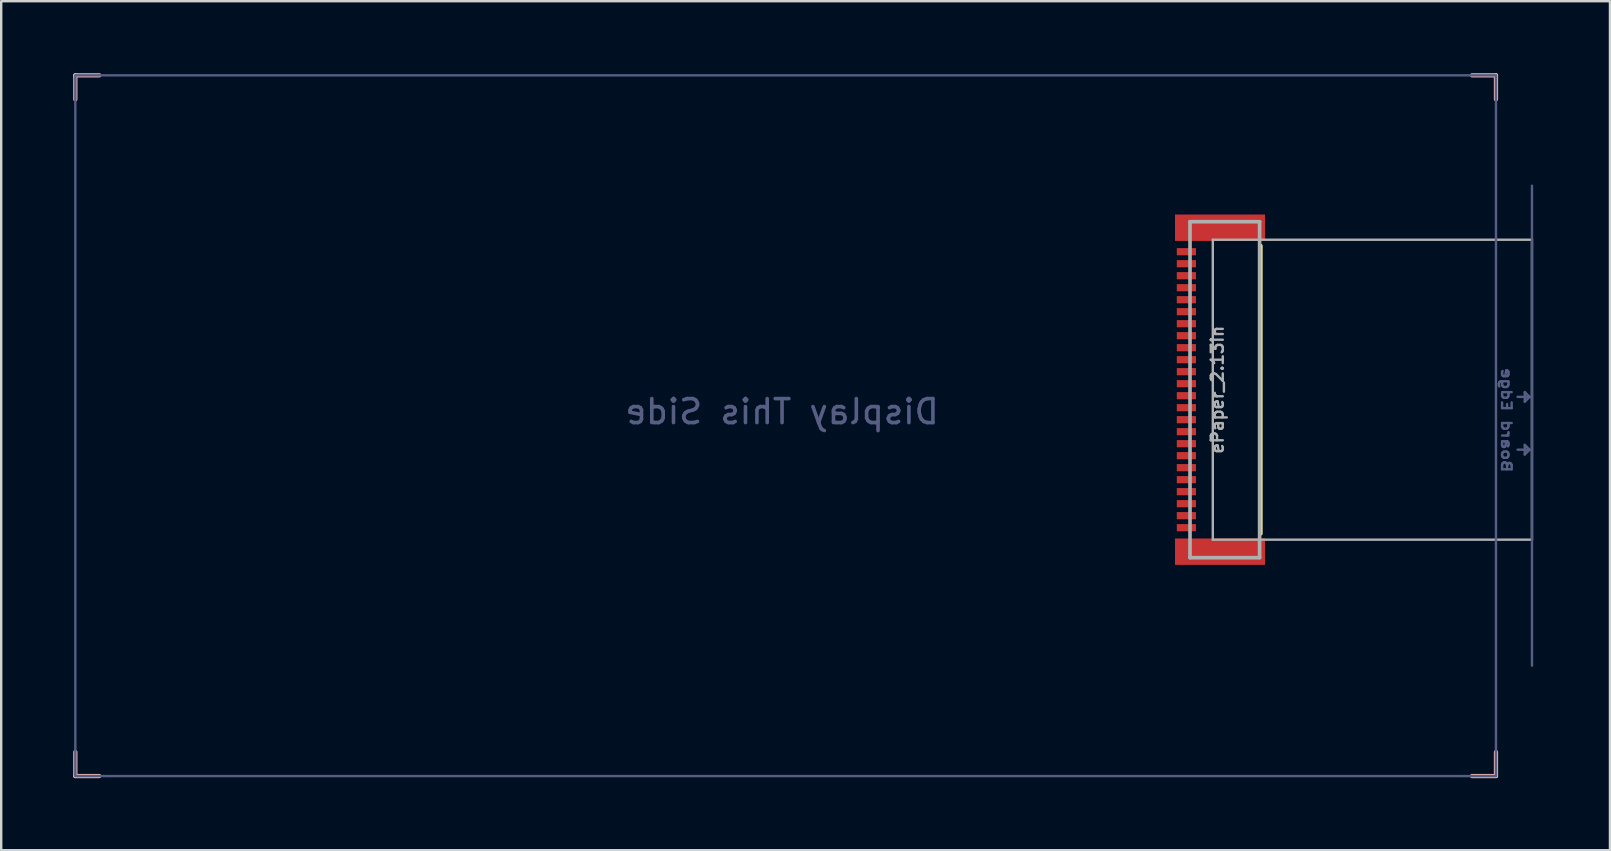
<source format=kicad_pcb>
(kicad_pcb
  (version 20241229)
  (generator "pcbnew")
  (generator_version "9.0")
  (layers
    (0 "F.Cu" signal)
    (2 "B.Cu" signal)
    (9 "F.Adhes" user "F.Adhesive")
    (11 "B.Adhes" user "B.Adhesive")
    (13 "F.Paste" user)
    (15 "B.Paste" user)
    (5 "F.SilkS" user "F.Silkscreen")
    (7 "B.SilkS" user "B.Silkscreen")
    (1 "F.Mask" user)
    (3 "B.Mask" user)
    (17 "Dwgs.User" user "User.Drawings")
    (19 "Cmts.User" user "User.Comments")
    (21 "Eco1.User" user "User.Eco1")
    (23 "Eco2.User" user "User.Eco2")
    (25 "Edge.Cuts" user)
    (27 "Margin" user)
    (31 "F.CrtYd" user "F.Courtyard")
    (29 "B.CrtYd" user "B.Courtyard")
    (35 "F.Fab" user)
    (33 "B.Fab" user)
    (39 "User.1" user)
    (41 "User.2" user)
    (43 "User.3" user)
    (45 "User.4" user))
  (footprint "ePaper_2.13in"
    (layer "F.Cu")
    (at 60.789 14.689)
    (property "Reference" "ePaper_2.13in" (at -13.111 -1.5 90) (layer "F.Fab") (effects (font (size 0.5 0.5) (thickness 0.1) (bold yes))))
    (fp_line (start -11.3 4.5) (end -11.3 -7.5) (stroke (width 0.152) (type solid)) (layer "F.SilkS"))
    (fp_line (start -60.7 -14.6) (end -60.7 -13.6) (stroke (width 0.178) (type default)) (layer "B.SilkS"))
    (fp_line (start -60.7 -14.6) (end -59.7 -14.6) (stroke (width 0.178) (type default)) (layer "B.SilkS"))
    (fp_line (start -60.7 14.6) (end -60.7 13.6) (stroke (width 0.178) (type default)) (layer "B.SilkS"))
    (fp_line (start -60.7 14.6) (end -59.7 14.6) (stroke (width 0.178) (type default)) (layer "B.SilkS"))
    (fp_line (start -1.5 -14.6) (end -2.5 -14.6) (stroke (width 0.178) (type default)) (layer "B.SilkS"))
    (fp_line (start -1.5 -14.6) (end -1.5 -13.6) (stroke (width 0.178) (type default)) (layer "B.SilkS"))
    (fp_line (start -1.5 14.6) (end -2.5 14.6) (stroke (width 0.178) (type default)) (layer "B.SilkS"))
    (fp_line (start -1.5 14.6) (end -1.5 13.6) (stroke (width 0.178) (type default)) (layer "B.SilkS"))
    (fp_line (start -0.6 -1.2) (end -0.1 -1.2) (stroke (width 0.1) (type default)) (layer "B.Fab"))
    (fp_line (start -0.6 1) (end -0.1 1) (stroke (width 0.1) (type default)) (layer "B.Fab"))
    (fp_line (start -0.3 -1.4) (end -0.3 -1) (stroke (width 0.1) (type default)) (layer "B.Fab"))
    (fp_line (start -0.3 -1) (end -0.1 -1.2) (stroke (width 0.1) (type default)) (layer "B.Fab"))
    (fp_line (start -0.3 0.8) (end -0.3 1.2) (stroke (width 0.1) (type default)) (layer "B.Fab"))
    (fp_line (start -0.3 1.2) (end -0.1 1) (stroke (width 0.1) (type default)) (layer "B.Fab"))
    (fp_line (start -0.1 -1.2) (end -0.3 -1.4) (stroke (width 0.1) (type default)) (layer "B.Fab"))
    (fp_line (start -0.1 1) (end -0.3 0.8) (stroke (width 0.1) (type default)) (layer "B.Fab"))
    (fp_line (start 0 10) (end 0 -10) (stroke (width 0.1) (type default)) (layer "B.Fab"))
    (fp_rect (start -60.7 -14.6) (end -1.5 14.6) (stroke (width 0.1) (type default)) (fill no) (layer "B.Fab"))
    (fp_line (start -14.25 -8.5) (end -11.35 -8.5) (stroke (width 0.152) (type solid)) (layer "F.Fab"))
    (fp_line (start -14.25 5.5) (end -14.25 -8.5) (stroke (width 0.152) (type solid)) (layer "F.Fab"))
    (fp_line (start -13.3 -7.75) (end -13.3 4.75) (stroke (width 0.1) (type default)) (layer "F.Fab"))
    (fp_line (start -11.35 -8.5) (end -11.35 5.5) (stroke (width 0.152) (type solid)) (layer "F.Fab"))
    (fp_line (start -11.35 5.5) (end -14.25 5.5) (stroke (width 0.152) (type solid)) (layer "F.Fab"))
    (fp_line (start 0 -7.75) (end -13.3 -7.75) (stroke (width 0.1) (type default)) (layer "F.Fab"))
    (fp_line (start 0 -7.75) (end 0 4.75) (stroke (width 0.1) (type default)) (layer "F.Fab"))
    (fp_line (start 0 4.75) (end -13.3 4.75) (stroke (width 0.1) (type default)) (layer "F.Fab"))
    (fp_text user "Display This Side" (at -31.25 0 0) (unlocked yes) (layer "B.Fab") (effects (font (size 1 1) (thickness 0.15)) (justify bottom mirror)))
    (fp_text user "Board Edge" (at -1.3 2 270) (unlocked yes) (layer "B.Fab") (effects (font (size 0.4 0.5) (thickness 0.1) (bold yes)) (justify left bottom mirror)))
    (pad "1" smd rect (at -14.4 -7.25 90) (size 0.3 0.8) (layers "F.Cu" "F.Mask" "F.Paste"))
    (pad "2" smd rect (at -14.4 -6.75 90) (size 0.3 0.8) (layers "F.Cu" "F.Mask" "F.Paste"))
    (pad "3" smd rect (at -14.4 -6.25 90) (size 0.3 0.8) (layers "F.Cu" "F.Mask" "F.Paste"))
    (pad "4" smd rect (at -14.4 -5.75 90) (size 0.3 0.8) (layers "F.Cu" "F.Mask" "F.Paste"))
    (pad "5" smd rect (at -14.4 -5.25 90) (size 0.3 0.8) (layers "F.Cu" "F.Mask" "F.Paste"))
    (pad "6" smd rect (at -14.4 -4.75 90) (size 0.3 0.8) (layers "F.Cu" "F.Mask" "F.Paste"))
    (pad "7" smd rect (at -14.4 -4.25 90) (size 0.3 0.8) (layers "F.Cu" "F.Mask" "F.Paste"))
    (pad "8" smd rect (at -14.4 -3.75 90) (size 0.3 0.8) (layers "F.Cu" "F.Mask" "F.Paste"))
    (pad "9" smd rect (at -14.4 -3.25 90) (size 0.3 0.8) (layers "F.Cu" "F.Mask" "F.Paste"))
    (pad "10" smd rect (at -14.4 -2.75 90) (size 0.3 0.8) (layers "F.Cu" "F.Mask" "F.Paste"))
    (pad "11" smd rect (at -14.4 -2.25 90) (size 0.3 0.8) (layers "F.Cu" "F.Mask" "F.Paste"))
    (pad "12" smd rect (at -14.4 -1.75 90) (size 0.3 0.8) (layers "F.Cu" "F.Mask" "F.Paste"))
    (pad "13" smd rect (at -14.4 -1.25 90) (size 0.3 0.8) (layers "F.Cu" "F.Mask" "F.Paste"))
    (pad "14" smd rect (at -14.4 -0.75 90) (size 0.3 0.8) (layers "F.Cu" "F.Mask" "F.Paste"))
    (pad "15" smd rect (at -14.4 -0.25 90) (size 0.3 0.8) (layers "F.Cu" "F.Mask" "F.Paste"))
    (pad "16" smd rect (at -14.4 0.25 90) (size 0.3 0.8) (layers "F.Cu" "F.Mask" "F.Paste"))
    (pad "17" smd rect (at -14.4 0.75 90) (size 0.3 0.8) (layers "F.Cu" "F.Mask" "F.Paste"))
    (pad "18" smd rect (at -14.4 1.25 90) (size 0.3 0.8) (layers "F.Cu" "F.Mask" "F.Paste"))
    (pad "19" smd rect (at -14.4 1.75 90) (size 0.3 0.8) (layers "F.Cu" "F.Mask" "F.Paste"))
    (pad "20" smd rect (at -14.4 2.25 90) (size 0.3 0.8) (layers "F.Cu" "F.Mask" "F.Paste"))
    (pad "21" smd rect (at -14.4 2.75 90) (size 0.3 0.8) (layers "F.Cu" "F.Mask" "F.Paste"))
    (pad "22" smd rect (at -14.4 3.25 90) (size 0.3 0.8) (layers "F.Cu" "F.Mask" "F.Paste"))
    (pad "23" smd rect (at -14.4 3.75 90) (size 0.3 0.8) (layers "F.Cu" "F.Mask" "F.Paste"))
    (pad "24" smd rect (at -14.4 4.25 90) (size 0.3 0.8) (layers "F.Cu" "F.Mask" "F.Paste"))
    (pad "MNT1" smd rect (at -13 5.25 180) (size 3.75 1.1) (layers "F.Cu" "F.Mask" "F.Paste"))
    (pad "MNT2" smd rect (at -13 -8.25 180) (size 3.75 1.1) (layers "F.Cu" "F.Mask" "F.Paste"))
    (zone (net_name "") (layer "F.Cu") (hatch edge 0.5) (connect_pads) (min_thickness 0.25) (filled_areas_thickness no) (keepout (tracks not_allowed) (vias not_allowed) (pads not_allowed) (copperpour not_allowed) (footprints allowed)) (placement (enabled no)) (fill) (polygon (pts (xy 46.889 7.789) (xy 46.889 7.589) (xy 45.889 7.589) (xy 45.889 7.789))))
    (zone (net_name "") (layer "F.Cu") (hatch edge 0.5) (connect_pads) (min_thickness 0.25) (filled_areas_thickness no) (keepout (tracks not_allowed) (vias not_allowed) (pads not_allowed) (copperpour not_allowed) (footprints allowed)) (placement (enabled no)) (fill) (polygon (pts (xy 46.889 8.289) (xy 46.889 8.089) (xy 45.889 8.089) (xy 45.889 8.289))))
    (zone (net_name "") (layer "F.Cu") (hatch edge 0.5) (connect_pads) (min_thickness 0.25) (filled_areas_thickness no) (keepout (tracks not_allowed) (vias not_allowed) (pads not_allowed) (copperpour not_allowed) (footprints allowed)) (placement (enabled no)) (fill) (polygon (pts (xy 46.889 8.789) (xy 46.889 8.589) (xy 45.889 8.589) (xy 45.889 8.789))))
    (zone (net_name "") (layer "F.Cu") (hatch edge 0.5) (connect_pads) (min_thickness 0.25) (filled_areas_thickness no) (keepout (tracks not_allowed) (vias not_allowed) (pads not_allowed) (copperpour not_allowed) (footprints allowed)) (placement (enabled no)) (fill) (polygon (pts (xy 46.889 9.289) (xy 46.889 9.089) (xy 45.889 9.089) (xy 45.889 9.289))))
    (zone (net_name "") (layer "F.Cu") (hatch edge 0.5) (connect_pads) (min_thickness 0.25) (filled_areas_thickness no) (keepout (tracks not_allowed) (vias not_allowed) (pads not_allowed) (copperpour not_allowed) (footprints allowed)) (placement (enabled no)) (fill) (polygon (pts (xy 46.889 9.789) (xy 46.889 9.589) (xy 45.889 9.589) (xy 45.889 9.789))))
    (zone (net_name "") (layer "F.Cu") (hatch edge 0.5) (connect_pads) (min_thickness 0.25) (filled_areas_thickness no) (keepout (tracks not_allowed) (vias not_allowed) (pads not_allowed) (copperpour not_allowed) (footprints allowed)) (placement (enabled no)) (fill) (polygon (pts (xy 46.889 10.289) (xy 46.889 10.089) (xy 45.889 10.089) (xy 45.889 10.289))))
    (zone (net_name "") (layer "F.Cu") (hatch edge 0.5) (connect_pads) (min_thickness 0.25) (filled_areas_thickness no) (keepout (tracks not_allowed) (vias not_allowed) (pads not_allowed) (copperpour not_allowed) (footprints allowed)) (placement (enabled no)) (fill) (polygon (pts (xy 46.889 10.789) (xy 46.889 10.589) (xy 45.889 10.589) (xy 45.889 10.789))))
    (zone (net_name "") (layer "F.Cu") (hatch edge 0.5) (connect_pads) (min_thickness 0.25) (filled_areas_thickness no) (keepout (tracks not_allowed) (vias not_allowed) (pads not_allowed) (copperpour not_allowed) (footprints allowed)) (placement (enabled no)) (fill) (polygon (pts (xy 46.889 11.289) (xy 46.889 11.089) (xy 45.889 11.089) (xy 45.889 11.289))))
    (zone (net_name "") (layer "F.Cu") (hatch edge 0.5) (connect_pads) (min_thickness 0.25) (filled_areas_thickness no) (keepout (tracks not_allowed) (vias not_allowed) (pads not_allowed) (copperpour not_allowed) (footprints allowed)) (placement (enabled no)) (fill) (polygon (pts (xy 46.889 11.789) (xy 46.889 11.589) (xy 45.889 11.589) (xy 45.889 11.789))))
    (zone (net_name "") (layer "F.Cu") (hatch edge 0.5) (connect_pads) (min_thickness 0.25) (filled_areas_thickness no) (keepout (tracks not_allowed) (vias not_allowed) (pads not_allowed) (copperpour not_allowed) (footprints allowed)) (placement (enabled no)) (fill) (polygon (pts (xy 46.889 12.289) (xy 46.889 12.089) (xy 45.889 12.089) (xy 45.889 12.289))))
    (zone (net_name "") (layer "F.Cu") (hatch edge 0.5) (connect_pads) (min_thickness 0.25) (filled_areas_thickness no) (keepout (tracks not_allowed) (vias not_allowed) (pads not_allowed) (copperpour not_allowed) (footprints allowed)) (placement (enabled no)) (fill) (polygon (pts (xy 46.889 12.789) (xy 46.889 12.589) (xy 45.889 12.589) (xy 45.889 12.789))))
    (zone (net_name "") (layer "F.Cu") (hatch edge 0.5) (connect_pads) (min_thickness 0.25) (filled_areas_thickness no) (keepout (tracks not_allowed) (vias not_allowed) (pads not_allowed) (copperpour not_allowed) (footprints allowed)) (placement (enabled no)) (fill) (polygon (pts (xy 46.889 13.289) (xy 46.889 13.089) (xy 45.889 13.089) (xy 45.889 13.289))))
    (zone (net_name "") (layer "F.Cu") (hatch edge 0.5) (connect_pads) (min_thickness 0.25) (filled_areas_thickness no) (keepout (tracks not_allowed) (vias not_allowed) (pads not_allowed) (copperpour not_allowed) (footprints allowed)) (placement (enabled no)) (fill) (polygon (pts (xy 46.889 13.789) (xy 46.889 13.589) (xy 45.889 13.589) (xy 45.889 13.789))))
    (zone (net_name "") (layer "F.Cu") (hatch edge 0.5) (connect_pads) (min_thickness 0.25) (filled_areas_thickness no) (keepout (tracks not_allowed) (vias not_allowed) (pads not_allowed) (copperpour not_allowed) (footprints allowed)) (placement (enabled no)) (fill) (polygon (pts (xy 46.889 14.289) (xy 46.889 14.089) (xy 45.889 14.089) (xy 45.889 14.289))))
    (zone (net_name "") (layer "F.Cu") (hatch edge 0.5) (connect_pads) (min_thickness 0.25) (filled_areas_thickness no) (keepout (tracks not_allowed) (vias not_allowed) (pads not_allowed) (copperpour not_allowed) (footprints allowed)) (placement (enabled no)) (fill) (polygon (pts (xy 46.889 14.789) (xy 46.889 14.589) (xy 45.889 14.589) (xy 45.889 14.789))))
    (zone (net_name "") (layer "F.Cu") (hatch edge 0.5) (connect_pads) (min_thickness 0.25) (filled_areas_thickness no) (keepout (tracks not_allowed) (vias not_allowed) (pads not_allowed) (copperpour not_allowed) (footprints allowed)) (placement (enabled no)) (fill) (polygon (pts (xy 46.889 15.289) (xy 46.889 15.089) (xy 45.889 15.089) (xy 45.889 15.289))))
    (zone (net_name "") (layer "F.Cu") (hatch edge 0.5) (connect_pads) (min_thickness 0.25) (filled_areas_thickness no) (keepout (tracks not_allowed) (vias not_allowed) (pads not_allowed) (copperpour not_allowed) (footprints allowed)) (placement (enabled no)) (fill) (polygon (pts (xy 46.889 15.789) (xy 46.889 15.589) (xy 45.889 15.589) (xy 45.889 15.789))))
    (zone (net_name "") (layer "F.Cu") (hatch edge 0.5) (connect_pads) (min_thickness 0.25) (filled_areas_thickness no) (keepout (tracks not_allowed) (vias not_allowed) (pads not_allowed) (copperpour not_allowed) (footprints allowed)) (placement (enabled no)) (fill) (polygon (pts (xy 46.889 16.289) (xy 46.889 16.089) (xy 45.889 16.089) (xy 45.889 16.289))))
    (zone (net_name "") (layer "F.Cu") (hatch edge 0.5) (connect_pads) (min_thickness 0.25) (filled_areas_thickness no) (keepout (tracks not_allowed) (vias not_allowed) (pads not_allowed) (copperpour not_allowed) (footprints allowed)) (placement (enabled no)) (fill) (polygon (pts (xy 46.889 16.789) (xy 46.889 16.589) (xy 45.889 16.589) (xy 45.889 16.789))))
    (zone (net_name "") (layer "F.Cu") (hatch edge 0.5) (connect_pads) (min_thickness 0.25) (filled_areas_thickness no) (keepout (tracks not_allowed) (vias not_allowed) (pads not_allowed) (copperpour not_allowed) (footprints allowed)) (placement (enabled no)) (fill) (polygon (pts (xy 46.889 17.289) (xy 46.889 17.089) (xy 45.889 17.089) (xy 45.889 17.289))))
    (zone (net_name "") (layer "F.Cu") (hatch edge 0.5) (connect_pads) (min_thickness 0.25) (filled_areas_thickness no) (keepout (tracks not_allowed) (vias not_allowed) (pads not_allowed) (copperpour not_allowed) (footprints allowed)) (placement (enabled no)) (fill) (polygon (pts (xy 46.889 17.789) (xy 46.889 17.589) (xy 45.889 17.589) (xy 45.889 17.789))))
    (zone (net_name "") (layer "F.Cu") (hatch edge 0.5) (connect_pads) (min_thickness 0.25) (filled_areas_thickness no) (keepout (tracks not_allowed) (vias not_allowed) (pads not_allowed) (copperpour not_allowed) (footprints allowed)) (placement (enabled no)) (fill) (polygon (pts (xy 46.889 18.289) (xy 46.889 18.089) (xy 45.889 18.089) (xy 45.889 18.289))))
    (zone (net_name "") (layer "F.Cu") (hatch edge 0.5) (connect_pads) (min_thickness 0.25) (filled_areas_thickness no) (keepout (tracks not_allowed) (vias not_allowed) (pads not_allowed) (copperpour not_allowed) (footprints allowed)) (placement (enabled no)) (fill) (polygon (pts (xy 46.889 18.789) (xy 46.889 18.589) (xy 45.889 18.589) (xy 45.889 18.789)))))
  (gr_rect
    (start -3 -3)
    (end 64.039 32.378)
    (stroke (width 0.1) (type default))
    (fill no)
    (layer "Edge.Cuts")))
</source>
